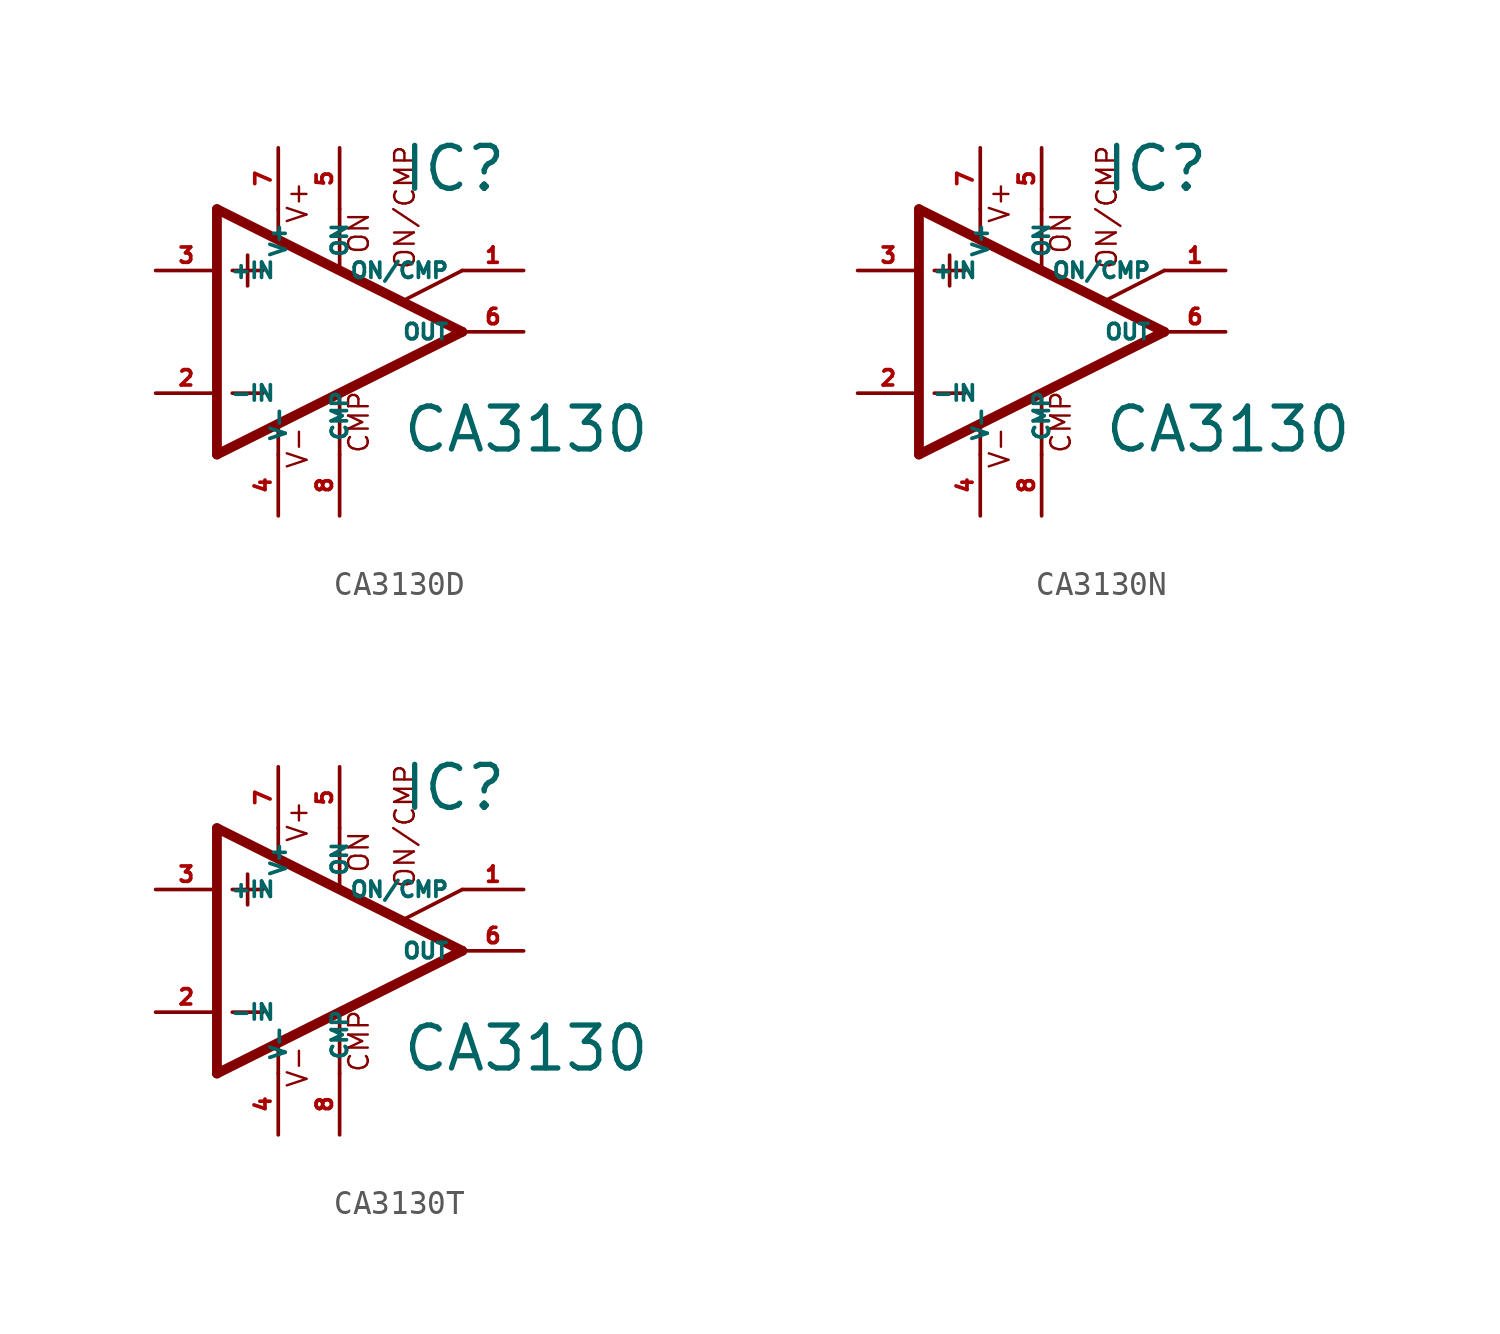
<source format=kicad_sym>
(kicad_symbol_lib
  (version 20220914)
  (generator Eagle2Kicad)
  (symbol "CA3130D"
    (property "Reference" "IC"
      (at 2.54 5.715 0)
      (effects (font (size 1.778 1.778) (thickness 0.22)) (justify left bottom)))
    (property "Value" "CA3130"
      (at 2.54 -5.08 0)
      (effects (font (size 1.778 1.778) (thickness 0.22)) (justify left bottom)))
    (polyline
      (pts (xy -3.81 3.175) (xy -3.81 1.905))
      (stroke (width 0.152) (type default))
      (fill (type none)))
    (polyline
      (pts (xy -4.445 2.54) (xy -3.175 2.54))
      (stroke (width 0.152) (type default))
      (fill (type none)))
    (polyline
      (pts (xy -4.445 -2.54) (xy -3.175 -2.54))
      (stroke (width 0.152) (type default))
      (fill (type none)))
    (polyline
      (pts (xy -5.08 5.08) (xy -5.08 -5.08))
      (stroke (width 0.406) (type default))
      (fill (type none)))
    (polyline
      (pts (xy -2.54 5.08) (xy -2.54 3.886))
      (stroke (width 0.152) (type default))
      (fill (type none)))
    (polyline
      (pts (xy 0 5.08) (xy 0 2.616))
      (stroke (width 0.152) (type default))
      (fill (type none)))
    (polyline
      (pts (xy 0 -5.08) (xy 0 -2.616))
      (stroke (width 0.152) (type default))
      (fill (type none)))
    (polyline
      (pts (xy 2.692 1.321) (xy 5.08 2.54))
      (stroke (width 0.152) (type default))
      (fill (type none)))
    (polyline
      (pts (xy -5.08 5.08) (xy 5.08 0))
      (stroke (width 0.406) (type default))
      (fill (type none)))
    (polyline
      (pts (xy -2.54 -3.886) (xy -2.54 -5.08))
      (stroke (width 0.152) (type default))
      (fill (type none)))
    (polyline
      (pts (xy -5.08 -5.08) (xy 5.08 0))
      (stroke (width 0.406) (type default))
      (fill (type none)))
    (text "ON"
      (at 1.27 3.175 900)
      (effects (font (size 0.813 0.813) (thickness 0.10)) (justify left bottom)))
    (text "CMP"
      (at 1.27 -5.08 900)
      (effects (font (size 0.813 0.813) (thickness 0.10)) (justify left bottom)))
    (text "ON/CMP"
      (at 3.175 2.54 900)
      (effects (font (size 0.813 0.813) (thickness 0.10)) (justify left bottom)))
    (text "V+"
      (at -1.27 4.445 900)
      (effects (font (size 0.813 0.813) (thickness 0.10)) (justify left bottom)))
    (text "V-"
      (at -1.27 -5.715 900)
      (effects (font (size 0.813 0.813) (thickness 0.10)) (justify left bottom)))
    (pin passive line
      (at 7.62 2.54 180)
      (length 2.54)
      (name "ON/CMP" (effects (font (size 0.635 0.635) (thickness 0.08)) (justify left bottom)))
      (number "1" (effects (font (size 0.635 0.635) (thickness 0.08)) (justify left bottom))))
    (pin input line
      (at -7.62 -2.54 0)
      (length 2.54)
      (name "-IN" (effects (font (size 0.635 0.635) (thickness 0.08)) (justify left bottom)))
      (number "2" (effects (font (size 0.635 0.635) (thickness 0.08)) (justify left bottom))))
    (pin input line
      (at -7.62 2.54 0)
      (length 2.54)
      (name "+IN" (effects (font (size 0.635 0.635) (thickness 0.08)) (justify left bottom)))
      (number "3" (effects (font (size 0.635 0.635) (thickness 0.08)) (justify left bottom))))
    (pin passive line
      (at 0 7.62 270)
      (length 2.54)
      (name "ON" (effects (font (size 0.635 0.635) (thickness 0.08)) (justify left bottom)))
      (number "5" (effects (font (size 0.635 0.635) (thickness 0.08)) (justify left bottom))))
    (pin output line
      (at 7.62 0 180)
      (length 2.54)
      (name "OUT" (effects (font (size 0.635 0.635) (thickness 0.08)) (justify left bottom)))
      (number "6" (effects (font (size 0.635 0.635) (thickness 0.08)) (justify left bottom))))
    (pin passive line
      (at 0 -7.62 90)
      (length 2.54)
      (name "CMP" (effects (font (size 0.635 0.635) (thickness 0.08)) (justify left bottom)))
      (number "8" (effects (font (size 0.635 0.635) (thickness 0.08)) (justify left bottom))))
    (pin unspecified line
      (at -2.54 7.62 270)
      (length 2.54)
      (name "V+" (effects (font (size 0.635 0.635) (thickness 0.08)) (justify left bottom)))
      (number "7" (effects (font (size 0.635 0.635) (thickness 0.08)) (justify left bottom))))
    (pin unspecified line
      (at -2.54 -7.62 90)
      (length 2.54)
      (name "V-" (effects (font (size 0.635 0.635) (thickness 0.08)) (justify left bottom)))
      (number "4" (effects (font (size 0.635 0.635) (thickness 0.08)) (justify left bottom)))))
  (symbol "CA3130N"
    (property "Reference" "IC"
      (at 2.54 5.715 0)
      (effects (font (size 1.778 1.778) (thickness 0.22)) (justify left bottom)))
    (property "Value" "CA3130"
      (at 2.54 -5.08 0)
      (effects (font (size 1.778 1.778) (thickness 0.22)) (justify left bottom)))
    (polyline
      (pts (xy -3.81 3.175) (xy -3.81 1.905))
      (stroke (width 0.152) (type default))
      (fill (type none)))
    (polyline
      (pts (xy -4.445 2.54) (xy -3.175 2.54))
      (stroke (width 0.152) (type default))
      (fill (type none)))
    (polyline
      (pts (xy -4.445 -2.54) (xy -3.175 -2.54))
      (stroke (width 0.152) (type default))
      (fill (type none)))
    (polyline
      (pts (xy -5.08 5.08) (xy -5.08 -5.08))
      (stroke (width 0.406) (type default))
      (fill (type none)))
    (polyline
      (pts (xy -2.54 5.08) (xy -2.54 3.886))
      (stroke (width 0.152) (type default))
      (fill (type none)))
    (polyline
      (pts (xy 0 5.08) (xy 0 2.616))
      (stroke (width 0.152) (type default))
      (fill (type none)))
    (polyline
      (pts (xy 0 -5.08) (xy 0 -2.616))
      (stroke (width 0.152) (type default))
      (fill (type none)))
    (polyline
      (pts (xy 2.692 1.321) (xy 5.08 2.54))
      (stroke (width 0.152) (type default))
      (fill (type none)))
    (polyline
      (pts (xy -5.08 5.08) (xy 5.08 0))
      (stroke (width 0.406) (type default))
      (fill (type none)))
    (polyline
      (pts (xy -2.54 -3.886) (xy -2.54 -5.08))
      (stroke (width 0.152) (type default))
      (fill (type none)))
    (polyline
      (pts (xy -5.08 -5.08) (xy 5.08 0))
      (stroke (width 0.406) (type default))
      (fill (type none)))
    (text "ON"
      (at 1.27 3.175 900)
      (effects (font (size 0.813 0.813) (thickness 0.10)) (justify left bottom)))
    (text "CMP"
      (at 1.27 -5.08 900)
      (effects (font (size 0.813 0.813) (thickness 0.10)) (justify left bottom)))
    (text "ON/CMP"
      (at 3.175 2.54 900)
      (effects (font (size 0.813 0.813) (thickness 0.10)) (justify left bottom)))
    (text "V+"
      (at -1.27 4.445 900)
      (effects (font (size 0.813 0.813) (thickness 0.10)) (justify left bottom)))
    (text "V-"
      (at -1.27 -5.715 900)
      (effects (font (size 0.813 0.813) (thickness 0.10)) (justify left bottom)))
    (pin passive line
      (at 7.62 2.54 180)
      (length 2.54)
      (name "ON/CMP" (effects (font (size 0.635 0.635) (thickness 0.08)) (justify left bottom)))
      (number "1" (effects (font (size 0.635 0.635) (thickness 0.08)) (justify left bottom))))
    (pin input line
      (at -7.62 -2.54 0)
      (length 2.54)
      (name "-IN" (effects (font (size 0.635 0.635) (thickness 0.08)) (justify left bottom)))
      (number "2" (effects (font (size 0.635 0.635) (thickness 0.08)) (justify left bottom))))
    (pin input line
      (at -7.62 2.54 0)
      (length 2.54)
      (name "+IN" (effects (font (size 0.635 0.635) (thickness 0.08)) (justify left bottom)))
      (number "3" (effects (font (size 0.635 0.635) (thickness 0.08)) (justify left bottom))))
    (pin passive line
      (at 0 7.62 270)
      (length 2.54)
      (name "ON" (effects (font (size 0.635 0.635) (thickness 0.08)) (justify left bottom)))
      (number "5" (effects (font (size 0.635 0.635) (thickness 0.08)) (justify left bottom))))
    (pin output line
      (at 7.62 0 180)
      (length 2.54)
      (name "OUT" (effects (font (size 0.635 0.635) (thickness 0.08)) (justify left bottom)))
      (number "6" (effects (font (size 0.635 0.635) (thickness 0.08)) (justify left bottom))))
    (pin passive line
      (at 0 -7.62 90)
      (length 2.54)
      (name "CMP" (effects (font (size 0.635 0.635) (thickness 0.08)) (justify left bottom)))
      (number "8" (effects (font (size 0.635 0.635) (thickness 0.08)) (justify left bottom))))
    (pin unspecified line
      (at -2.54 7.62 270)
      (length 2.54)
      (name "V+" (effects (font (size 0.635 0.635) (thickness 0.08)) (justify left bottom)))
      (number "7" (effects (font (size 0.635 0.635) (thickness 0.08)) (justify left bottom))))
    (pin unspecified line
      (at -2.54 -7.62 90)
      (length 2.54)
      (name "V-" (effects (font (size 0.635 0.635) (thickness 0.08)) (justify left bottom)))
      (number "4" (effects (font (size 0.635 0.635) (thickness 0.08)) (justify left bottom)))))
  (symbol "CA3130T"
    (property "Reference" "IC"
      (at 2.54 5.715 0)
      (effects (font (size 1.778 1.778) (thickness 0.22)) (justify left bottom)))
    (property "Value" "CA3130"
      (at 2.54 -5.08 0)
      (effects (font (size 1.778 1.778) (thickness 0.22)) (justify left bottom)))
    (polyline
      (pts (xy -3.81 3.175) (xy -3.81 1.905))
      (stroke (width 0.152) (type default))
      (fill (type none)))
    (polyline
      (pts (xy -4.445 2.54) (xy -3.175 2.54))
      (stroke (width 0.152) (type default))
      (fill (type none)))
    (polyline
      (pts (xy -4.445 -2.54) (xy -3.175 -2.54))
      (stroke (width 0.152) (type default))
      (fill (type none)))
    (polyline
      (pts (xy -5.08 5.08) (xy -5.08 -5.08))
      (stroke (width 0.406) (type default))
      (fill (type none)))
    (polyline
      (pts (xy -2.54 5.08) (xy -2.54 3.886))
      (stroke (width 0.152) (type default))
      (fill (type none)))
    (polyline
      (pts (xy 0 5.08) (xy 0 2.616))
      (stroke (width 0.152) (type default))
      (fill (type none)))
    (polyline
      (pts (xy 0 -5.08) (xy 0 -2.616))
      (stroke (width 0.152) (type default))
      (fill (type none)))
    (polyline
      (pts (xy 2.692 1.321) (xy 5.08 2.54))
      (stroke (width 0.152) (type default))
      (fill (type none)))
    (polyline
      (pts (xy -5.08 5.08) (xy 5.08 0))
      (stroke (width 0.406) (type default))
      (fill (type none)))
    (polyline
      (pts (xy -2.54 -3.886) (xy -2.54 -5.08))
      (stroke (width 0.152) (type default))
      (fill (type none)))
    (polyline
      (pts (xy -5.08 -5.08) (xy 5.08 0))
      (stroke (width 0.406) (type default))
      (fill (type none)))
    (text "ON"
      (at 1.27 3.175 900)
      (effects (font (size 0.813 0.813) (thickness 0.10)) (justify left bottom)))
    (text "CMP"
      (at 1.27 -5.08 900)
      (effects (font (size 0.813 0.813) (thickness 0.10)) (justify left bottom)))
    (text "ON/CMP"
      (at 3.175 2.54 900)
      (effects (font (size 0.813 0.813) (thickness 0.10)) (justify left bottom)))
    (text "V+"
      (at -1.27 4.445 900)
      (effects (font (size 0.813 0.813) (thickness 0.10)) (justify left bottom)))
    (text "V-"
      (at -1.27 -5.715 900)
      (effects (font (size 0.813 0.813) (thickness 0.10)) (justify left bottom)))
    (pin passive line
      (at 7.62 2.54 180)
      (length 2.54)
      (name "ON/CMP" (effects (font (size 0.635 0.635) (thickness 0.08)) (justify left bottom)))
      (number "1" (effects (font (size 0.635 0.635) (thickness 0.08)) (justify left bottom))))
    (pin input line
      (at -7.62 -2.54 0)
      (length 2.54)
      (name "-IN" (effects (font (size 0.635 0.635) (thickness 0.08)) (justify left bottom)))
      (number "2" (effects (font (size 0.635 0.635) (thickness 0.08)) (justify left bottom))))
    (pin input line
      (at -7.62 2.54 0)
      (length 2.54)
      (name "+IN" (effects (font (size 0.635 0.635) (thickness 0.08)) (justify left bottom)))
      (number "3" (effects (font (size 0.635 0.635) (thickness 0.08)) (justify left bottom))))
    (pin passive line
      (at 0 7.62 270)
      (length 2.54)
      (name "ON" (effects (font (size 0.635 0.635) (thickness 0.08)) (justify left bottom)))
      (number "5" (effects (font (size 0.635 0.635) (thickness 0.08)) (justify left bottom))))
    (pin output line
      (at 7.62 0 180)
      (length 2.54)
      (name "OUT" (effects (font (size 0.635 0.635) (thickness 0.08)) (justify left bottom)))
      (number "6" (effects (font (size 0.635 0.635) (thickness 0.08)) (justify left bottom))))
    (pin passive line
      (at 0 -7.62 90)
      (length 2.54)
      (name "CMP" (effects (font (size 0.635 0.635) (thickness 0.08)) (justify left bottom)))
      (number "8" (effects (font (size 0.635 0.635) (thickness 0.08)) (justify left bottom))))
    (pin unspecified line
      (at -2.54 7.62 270)
      (length 2.54)
      (name "V+" (effects (font (size 0.635 0.635) (thickness 0.08)) (justify left bottom)))
      (number "7" (effects (font (size 0.635 0.635) (thickness 0.08)) (justify left bottom))))
    (pin unspecified line
      (at -2.54 -7.62 90)
      (length 2.54)
      (name "V-" (effects (font (size 0.635 0.635) (thickness 0.08)) (justify left bottom)))
      (number "4" (effects (font (size 0.635 0.635) (thickness 0.08)) (justify left bottom))))))
</source>
